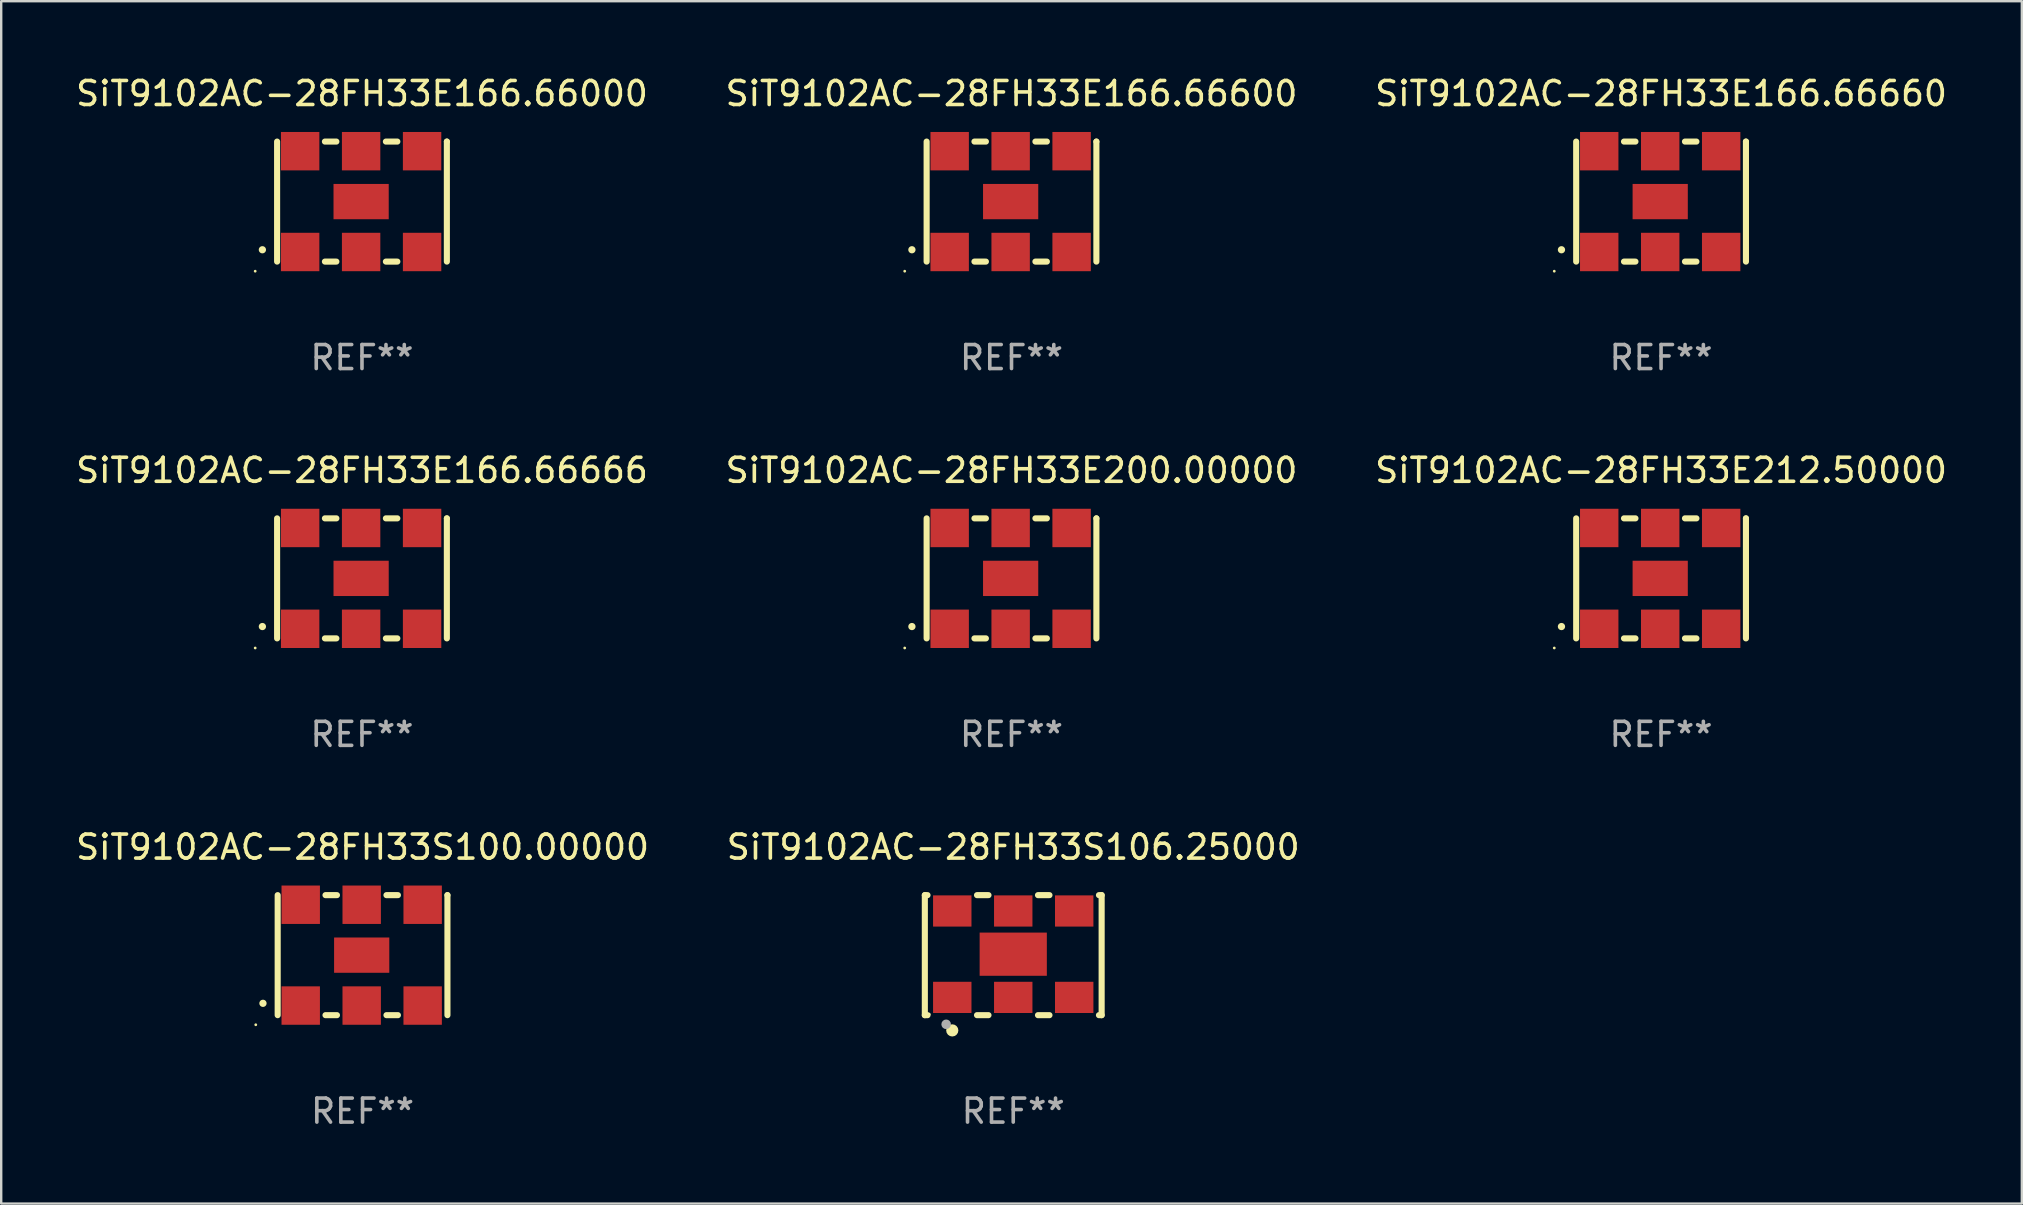
<source format=kicad_pcb>
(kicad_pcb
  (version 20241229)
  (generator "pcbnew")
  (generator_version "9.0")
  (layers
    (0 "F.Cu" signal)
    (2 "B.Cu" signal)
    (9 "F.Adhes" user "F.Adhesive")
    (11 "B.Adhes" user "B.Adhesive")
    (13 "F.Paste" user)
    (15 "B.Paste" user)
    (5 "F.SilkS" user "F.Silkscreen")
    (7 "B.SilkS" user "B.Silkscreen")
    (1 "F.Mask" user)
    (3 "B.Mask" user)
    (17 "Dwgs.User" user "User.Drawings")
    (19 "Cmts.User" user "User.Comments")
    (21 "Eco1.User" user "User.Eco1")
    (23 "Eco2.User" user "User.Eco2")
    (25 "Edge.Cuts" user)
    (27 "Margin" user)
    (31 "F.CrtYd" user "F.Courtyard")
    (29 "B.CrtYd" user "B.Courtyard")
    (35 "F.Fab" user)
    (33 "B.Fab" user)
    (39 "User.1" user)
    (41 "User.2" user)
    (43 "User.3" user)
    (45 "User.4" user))
  (footprint "SiT9102AC-28FH33S106.25000"
    (layer "F.Cu")
    (at 39.161 36.741)
    (property "Reference" "SiT9102AC-28FH33S106.25000" (at 0 -4.5 0) (layer "F.SilkS") (effects (font (size 1 1) (thickness 0.15))))
    (attr through_hole)
    (fp_line (start -3.683 -2.5) (end -3.571 -2.5) (stroke (width 0.254) (type solid)) (layer "F.SilkS"))
    (fp_line (start -3.683 2.5) (end -3.683 -2.5) (stroke (width 0.254) (type solid)) (layer "F.SilkS"))
    (fp_line (start -3.683 2.5) (end -3.571 2.5) (stroke (width 0.254) (type solid)) (layer "F.SilkS"))
    (fp_line (start -1.509 -2.5) (end -1.031 -2.5) (stroke (width 0.254) (type solid)) (layer "F.SilkS"))
    (fp_line (start -1.509 2.5) (end -1.031 2.5) (stroke (width 0.254) (type solid)) (layer "F.SilkS"))
    (fp_line (start 1.031 -2.5) (end 1.509 -2.5) (stroke (width 0.254) (type solid)) (layer "F.SilkS"))
    (fp_line (start 1.031 2.5) (end 1.509 2.5) (stroke (width 0.254) (type solid)) (layer "F.SilkS"))
    (fp_line (start 3.571 -2.5) (end 3.683 -2.5) (stroke (width 0.254) (type solid)) (layer "F.SilkS"))
    (fp_line (start 3.571 2.5) (end 3.683 2.5) (stroke (width 0.254) (type solid)) (layer "F.SilkS"))
    (fp_line (start 3.683 2.5) (end 3.683 -2.5) (stroke (width 0.254) (type solid)) (layer "F.SilkS"))
    (fp_circle (center -3.5 2.46) (end -3.47 2.46) (stroke (width 0.06) (type solid)) (fill no) (layer "F.SilkS"))
    (fp_circle (center -2.54 3.135) (end -2.413 3.135) (stroke (width 0.254) (type solid)) (fill no) (layer "F.SilkS"))
    (fp_circle (center -2.794 2.881) (end -2.694 2.881) (stroke (width 0.2) (type solid)) (fill no) (layer "F.Fab"))
    (fp_text user "REF**" (at 0 6.5 0) (layer "F.Fab") (effects (font (size 1 1) (thickness 0.15))))
    (pad "1" smd rect (at -2.54 1.76) (size 1.6 1.3) (layers "F.Cu" "F.Mask" "F.Paste"))
    (pad "2" smd rect (at 0 1.76) (size 1.6 1.3) (layers "F.Cu" "F.Mask" "F.Paste"))
    (pad "3" smd rect (at 2.54 1.76) (size 1.6 1.3) (layers "F.Cu" "F.Mask" "F.Paste"))
    (pad "4" smd rect (at 2.54 -1.84) (size 1.6 1.3) (layers "F.Cu" "F.Mask" "F.Paste"))
    (pad "5" smd rect (at 0 -1.84) (size 1.6 1.3) (layers "F.Cu" "F.Mask" "F.Paste"))
    (pad "6" smd rect (at -2.54 -1.84) (size 1.6 1.3) (layers "F.Cu" "F.Mask" "F.Paste"))
    (pad "7" smd rect (at 0 -0.04) (size 2.8 1.8) (layers "F.Cu" "F.Mask" "F.Paste")))
  (footprint "SiT9102AC-28FH33E166.66000"
    (layer "F.Cu")
    (at 12.03 5.348)
    (property "Reference" "SiT9102AC-28FH33E166.66000" (at 0 -4.5 0) (layer "F.SilkS") (effects (font (size 1 1) (thickness 0.15))))
    (attr through_hole)
    (fp_line (start -3.536 -2.5) (end -3.536 2.5) (stroke (width 0.254) (type solid)) (layer "F.SilkS"))
    (fp_line (start -1.544 2.5) (end -1.067 2.5) (stroke (width 0.254) (type solid)) (layer "F.SilkS"))
    (fp_line (start -1.067 -2.5) (end -1.544 -2.5) (stroke (width 0.254) (type solid)) (layer "F.SilkS"))
    (fp_line (start 0.996 2.5) (end 1.473 2.5) (stroke (width 0.254) (type solid)) (layer "F.SilkS"))
    (fp_line (start 1.473 -2.5) (end 0.996 -2.5) (stroke (width 0.254) (type solid)) (layer "F.SilkS"))
    (fp_line (start 3.536 -2.5) (end 3.536 -2.5) (stroke (width 0.254) (type solid)) (layer "F.SilkS"))
    (fp_line (start 3.536 2.5) (end 3.536 -2.5) (stroke (width 0.254) (type solid)) (layer "F.SilkS"))
    (fp_arc (start -4.150432 2.006604) (mid -4.149162 2.006599) (end -4.147892 2.006604) (stroke (width 0.3) (type solid)) (layer "F.SilkS"))
    (fp_circle (center -4.449 2.9) (end -4.419 2.9) (stroke (width 0.06) (type solid)) (fill no) (layer "F.SilkS"))
    (fp_text user "REF**" (at 0 6.5 0) (layer "F.Fab") (effects (font (size 1 1) (thickness 0.15))))
    (pad "1" smd rect (at -2.576 2.1) (size 1.6 1.6) (layers "F.Cu" "F.Mask" "F.Paste"))
    (pad "2" smd rect (at -0.036 2.1) (size 1.6 1.6) (layers "F.Cu" "F.Mask" "F.Paste"))
    (pad "3" smd rect (at 2.504 2.1) (size 1.6 1.6) (layers "F.Cu" "F.Mask" "F.Paste"))
    (pad "4" smd rect (at 2.504 -2.1) (size 1.6 1.6) (layers "F.Cu" "F.Mask" "F.Paste"))
    (pad "5" smd rect (at -0.036 -2.1) (size 1.6 1.6) (layers "F.Cu" "F.Mask" "F.Paste"))
    (pad "6" smd rect (at -2.576 -2.1) (size 1.6 1.6) (layers "F.Cu" "F.Mask" "F.Paste"))
    (pad "7" smd rect (at -0.036 0) (size 2.3 1.47) (layers "F.Cu" "F.Mask" "F.Paste")))
  (footprint "SiT9102AC-28FH33E166.66666"
    (layer "F.Cu")
    (at 12.03 21.045)
    (property "Reference" "SiT9102AC-28FH33E166.66666" (at 0 -4.5 0) (layer "F.SilkS") (effects (font (size 1 1) (thickness 0.15))))
    (attr through_hole)
    (fp_line (start -3.536 -2.5) (end -3.536 2.5) (stroke (width 0.254) (type solid)) (layer "F.SilkS"))
    (fp_line (start -1.544 2.5) (end -1.067 2.5) (stroke (width 0.254) (type solid)) (layer "F.SilkS"))
    (fp_line (start -1.067 -2.5) (end -1.544 -2.5) (stroke (width 0.254) (type solid)) (layer "F.SilkS"))
    (fp_line (start 0.996 2.5) (end 1.473 2.5) (stroke (width 0.254) (type solid)) (layer "F.SilkS"))
    (fp_line (start 1.473 -2.5) (end 0.996 -2.5) (stroke (width 0.254) (type solid)) (layer "F.SilkS"))
    (fp_line (start 3.536 -2.5) (end 3.536 -2.5) (stroke (width 0.254) (type solid)) (layer "F.SilkS"))
    (fp_line (start 3.536 2.5) (end 3.536 -2.5) (stroke (width 0.254) (type solid)) (layer "F.SilkS"))
    (fp_arc (start -4.150432 2.006604) (mid -4.149162 2.006599) (end -4.147892 2.006604) (stroke (width 0.3) (type solid)) (layer "F.SilkS"))
    (fp_circle (center -4.449 2.9) (end -4.419 2.9) (stroke (width 0.06) (type solid)) (fill no) (layer "F.SilkS"))
    (fp_text user "REF**" (at 0 6.5 0) (layer "F.Fab") (effects (font (size 1 1) (thickness 0.15))))
    (pad "1" smd rect (at -2.576 2.1) (size 1.6 1.6) (layers "F.Cu" "F.Mask" "F.Paste"))
    (pad "2" smd rect (at -0.036 2.1) (size 1.6 1.6) (layers "F.Cu" "F.Mask" "F.Paste"))
    (pad "3" smd rect (at 2.504 2.1) (size 1.6 1.6) (layers "F.Cu" "F.Mask" "F.Paste"))
    (pad "4" smd rect (at 2.504 -2.1) (size 1.6 1.6) (layers "F.Cu" "F.Mask" "F.Paste"))
    (pad "5" smd rect (at -0.036 -2.1) (size 1.6 1.6) (layers "F.Cu" "F.Mask" "F.Paste"))
    (pad "6" smd rect (at -2.576 -2.1) (size 1.6 1.6) (layers "F.Cu" "F.Mask" "F.Paste"))
    (pad "7" smd rect (at -0.036 0) (size 2.3 1.47) (layers "F.Cu" "F.Mask" "F.Paste")))
  (footprint "SiT9102AC-28FH33E166.66600"
    (layer "F.Cu")
    (at 39.089 5.348)
    (property "Reference" "SiT9102AC-28FH33E166.66600" (at 0 -4.5 0) (layer "F.SilkS") (effects (font (size 1 1) (thickness 0.15))))
    (attr through_hole)
    (fp_line (start -3.536 -2.5) (end -3.536 2.5) (stroke (width 0.254) (type solid)) (layer "F.SilkS"))
    (fp_line (start -1.544 2.5) (end -1.067 2.5) (stroke (width 0.254) (type solid)) (layer "F.SilkS"))
    (fp_line (start -1.067 -2.5) (end -1.544 -2.5) (stroke (width 0.254) (type solid)) (layer "F.SilkS"))
    (fp_line (start 0.996 2.5) (end 1.473 2.5) (stroke (width 0.254) (type solid)) (layer "F.SilkS"))
    (fp_line (start 1.473 -2.5) (end 0.996 -2.5) (stroke (width 0.254) (type solid)) (layer "F.SilkS"))
    (fp_line (start 3.536 -2.5) (end 3.536 -2.5) (stroke (width 0.254) (type solid)) (layer "F.SilkS"))
    (fp_line (start 3.536 2.5) (end 3.536 -2.5) (stroke (width 0.254) (type solid)) (layer "F.SilkS"))
    (fp_arc (start -4.150432 2.006604) (mid -4.149162 2.006599) (end -4.147892 2.006604) (stroke (width 0.3) (type solid)) (layer "F.SilkS"))
    (fp_circle (center -4.449 2.9) (end -4.419 2.9) (stroke (width 0.06) (type solid)) (fill no) (layer "F.SilkS"))
    (fp_text user "REF**" (at 0 6.5 0) (layer "F.Fab") (effects (font (size 1 1) (thickness 0.15))))
    (pad "1" smd rect (at -2.576 2.1) (size 1.6 1.6) (layers "F.Cu" "F.Mask" "F.Paste"))
    (pad "2" smd rect (at -0.036 2.1) (size 1.6 1.6) (layers "F.Cu" "F.Mask" "F.Paste"))
    (pad "3" smd rect (at 2.504 2.1) (size 1.6 1.6) (layers "F.Cu" "F.Mask" "F.Paste"))
    (pad "4" smd rect (at 2.504 -2.1) (size 1.6 1.6) (layers "F.Cu" "F.Mask" "F.Paste"))
    (pad "5" smd rect (at -0.036 -2.1) (size 1.6 1.6) (layers "F.Cu" "F.Mask" "F.Paste"))
    (pad "6" smd rect (at -2.576 -2.1) (size 1.6 1.6) (layers "F.Cu" "F.Mask" "F.Paste"))
    (pad "7" smd rect (at -0.036 0) (size 2.3 1.47) (layers "F.Cu" "F.Mask" "F.Paste")))
  (footprint "SiT9102AC-28FH33S100.00000"
    (layer "F.Cu")
    (at 12.054 36.741)
    (property "Reference" "SiT9102AC-28FH33S100.00000" (at 0 -4.5 0) (layer "F.SilkS") (effects (font (size 1 1) (thickness 0.15))))
    (attr through_hole)
    (fp_line (start -3.536 -2.5) (end -3.536 2.5) (stroke (width 0.254) (type solid)) (layer "F.SilkS"))
    (fp_line (start -1.544 2.5) (end -1.067 2.5) (stroke (width 0.254) (type solid)) (layer "F.SilkS"))
    (fp_line (start -1.067 -2.5) (end -1.544 -2.5) (stroke (width 0.254) (type solid)) (layer "F.SilkS"))
    (fp_line (start 0.996 2.5) (end 1.473 2.5) (stroke (width 0.254) (type solid)) (layer "F.SilkS"))
    (fp_line (start 1.473 -2.5) (end 0.996 -2.5) (stroke (width 0.254) (type solid)) (layer "F.SilkS"))
    (fp_line (start 3.536 -2.5) (end 3.536 -2.5) (stroke (width 0.254) (type solid)) (layer "F.SilkS"))
    (fp_line (start 3.536 2.5) (end 3.536 -2.5) (stroke (width 0.254) (type solid)) (layer "F.SilkS"))
    (fp_arc (start -4.150432 2.006604) (mid -4.149162 2.006599) (end -4.147892 2.006604) (stroke (width 0.3) (type solid)) (layer "F.SilkS"))
    (fp_circle (center -4.449 2.9) (end -4.419 2.9) (stroke (width 0.06) (type solid)) (fill no) (layer "F.SilkS"))
    (fp_text user "REF**" (at 0 6.5 0) (layer "F.Fab") (effects (font (size 1 1) (thickness 0.15))))
    (pad "1" smd rect (at -2.576 2.1) (size 1.6 1.6) (layers "F.Cu" "F.Mask" "F.Paste"))
    (pad "2" smd rect (at -0.036 2.1) (size 1.6 1.6) (layers "F.Cu" "F.Mask" "F.Paste"))
    (pad "3" smd rect (at 2.504 2.1) (size 1.6 1.6) (layers "F.Cu" "F.Mask" "F.Paste"))
    (pad "4" smd rect (at 2.504 -2.1) (size 1.6 1.6) (layers "F.Cu" "F.Mask" "F.Paste"))
    (pad "5" smd rect (at -0.036 -2.1) (size 1.6 1.6) (layers "F.Cu" "F.Mask" "F.Paste"))
    (pad "6" smd rect (at -2.576 -2.1) (size 1.6 1.6) (layers "F.Cu" "F.Mask" "F.Paste"))
    (pad "7" smd rect (at -0.036 0) (size 2.3 1.47) (layers "F.Cu" "F.Mask" "F.Paste")))
  (footprint "SiT9102AC-28FH33E212.50000"
    (layer "F.Cu")
    (at 66.149 21.045)
    (property "Reference" "SiT9102AC-28FH33E212.50000" (at 0 -4.5 0) (layer "F.SilkS") (effects (font (size 1 1) (thickness 0.15))))
    (attr through_hole)
    (fp_line (start -3.536 -2.5) (end -3.536 2.5) (stroke (width 0.254) (type solid)) (layer "F.SilkS"))
    (fp_line (start -1.544 2.5) (end -1.067 2.5) (stroke (width 0.254) (type solid)) (layer "F.SilkS"))
    (fp_line (start -1.067 -2.5) (end -1.544 -2.5) (stroke (width 0.254) (type solid)) (layer "F.SilkS"))
    (fp_line (start 0.996 2.5) (end 1.473 2.5) (stroke (width 0.254) (type solid)) (layer "F.SilkS"))
    (fp_line (start 1.473 -2.5) (end 0.996 -2.5) (stroke (width 0.254) (type solid)) (layer "F.SilkS"))
    (fp_line (start 3.536 -2.5) (end 3.536 -2.5) (stroke (width 0.254) (type solid)) (layer "F.SilkS"))
    (fp_line (start 3.536 2.5) (end 3.536 -2.5) (stroke (width 0.254) (type solid)) (layer "F.SilkS"))
    (fp_arc (start -4.150432 2.006604) (mid -4.149162 2.006599) (end -4.147892 2.006604) (stroke (width 0.3) (type solid)) (layer "F.SilkS"))
    (fp_circle (center -4.449 2.9) (end -4.419 2.9) (stroke (width 0.06) (type solid)) (fill no) (layer "F.SilkS"))
    (fp_text user "REF**" (at 0 6.5 0) (layer "F.Fab") (effects (font (size 1 1) (thickness 0.15))))
    (pad "1" smd rect (at -2.576 2.1) (size 1.6 1.6) (layers "F.Cu" "F.Mask" "F.Paste"))
    (pad "2" smd rect (at -0.036 2.1) (size 1.6 1.6) (layers "F.Cu" "F.Mask" "F.Paste"))
    (pad "3" smd rect (at 2.504 2.1) (size 1.6 1.6) (layers "F.Cu" "F.Mask" "F.Paste"))
    (pad "4" smd rect (at 2.504 -2.1) (size 1.6 1.6) (layers "F.Cu" "F.Mask" "F.Paste"))
    (pad "5" smd rect (at -0.036 -2.1) (size 1.6 1.6) (layers "F.Cu" "F.Mask" "F.Paste"))
    (pad "6" smd rect (at -2.576 -2.1) (size 1.6 1.6) (layers "F.Cu" "F.Mask" "F.Paste"))
    (pad "7" smd rect (at -0.036 0) (size 2.3 1.47) (layers "F.Cu" "F.Mask" "F.Paste")))
  (footprint "SiT9102AC-28FH33E166.66660"
    (layer "F.Cu")
    (at 66.149 5.348)
    (property "Reference" "SiT9102AC-28FH33E166.66660" (at 0 -4.5 0) (layer "F.SilkS") (effects (font (size 1 1) (thickness 0.15))))
    (attr through_hole)
    (fp_line (start -3.536 -2.5) (end -3.536 2.5) (stroke (width 0.254) (type solid)) (layer "F.SilkS"))
    (fp_line (start -1.544 2.5) (end -1.067 2.5) (stroke (width 0.254) (type solid)) (layer "F.SilkS"))
    (fp_line (start -1.067 -2.5) (end -1.544 -2.5) (stroke (width 0.254) (type solid)) (layer "F.SilkS"))
    (fp_line (start 0.996 2.5) (end 1.473 2.5) (stroke (width 0.254) (type solid)) (layer "F.SilkS"))
    (fp_line (start 1.473 -2.5) (end 0.996 -2.5) (stroke (width 0.254) (type solid)) (layer "F.SilkS"))
    (fp_line (start 3.536 -2.5) (end 3.536 -2.5) (stroke (width 0.254) (type solid)) (layer "F.SilkS"))
    (fp_line (start 3.536 2.5) (end 3.536 -2.5) (stroke (width 0.254) (type solid)) (layer "F.SilkS"))
    (fp_arc (start -4.150432 2.006604) (mid -4.149162 2.006599) (end -4.147892 2.006604) (stroke (width 0.3) (type solid)) (layer "F.SilkS"))
    (fp_circle (center -4.449 2.9) (end -4.419 2.9) (stroke (width 0.06) (type solid)) (fill no) (layer "F.SilkS"))
    (fp_text user "REF**" (at 0 6.5 0) (layer "F.Fab") (effects (font (size 1 1) (thickness 0.15))))
    (pad "1" smd rect (at -2.576 2.1) (size 1.6 1.6) (layers "F.Cu" "F.Mask" "F.Paste"))
    (pad "2" smd rect (at -0.036 2.1) (size 1.6 1.6) (layers "F.Cu" "F.Mask" "F.Paste"))
    (pad "3" smd rect (at 2.504 2.1) (size 1.6 1.6) (layers "F.Cu" "F.Mask" "F.Paste"))
    (pad "4" smd rect (at 2.504 -2.1) (size 1.6 1.6) (layers "F.Cu" "F.Mask" "F.Paste"))
    (pad "5" smd rect (at -0.036 -2.1) (size 1.6 1.6) (layers "F.Cu" "F.Mask" "F.Paste"))
    (pad "6" smd rect (at -2.576 -2.1) (size 1.6 1.6) (layers "F.Cu" "F.Mask" "F.Paste"))
    (pad "7" smd rect (at -0.036 0) (size 2.3 1.47) (layers "F.Cu" "F.Mask" "F.Paste")))
  (footprint "SiT9102AC-28FH33E200.00000"
    (layer "F.Cu")
    (at 39.089 21.045)
    (property "Reference" "SiT9102AC-28FH33E200.00000" (at 0 -4.5 0) (layer "F.SilkS") (effects (font (size 1 1) (thickness 0.15))))
    (attr through_hole)
    (fp_line (start -3.536 -2.5) (end -3.536 2.5) (stroke (width 0.254) (type solid)) (layer "F.SilkS"))
    (fp_line (start -1.544 2.5) (end -1.067 2.5) (stroke (width 0.254) (type solid)) (layer "F.SilkS"))
    (fp_line (start -1.067 -2.5) (end -1.544 -2.5) (stroke (width 0.254) (type solid)) (layer "F.SilkS"))
    (fp_line (start 0.996 2.5) (end 1.473 2.5) (stroke (width 0.254) (type solid)) (layer "F.SilkS"))
    (fp_line (start 1.473 -2.5) (end 0.996 -2.5) (stroke (width 0.254) (type solid)) (layer "F.SilkS"))
    (fp_line (start 3.536 -2.5) (end 3.536 -2.5) (stroke (width 0.254) (type solid)) (layer "F.SilkS"))
    (fp_line (start 3.536 2.5) (end 3.536 -2.5) (stroke (width 0.254) (type solid)) (layer "F.SilkS"))
    (fp_arc (start -4.150432 2.006604) (mid -4.149162 2.006599) (end -4.147892 2.006604) (stroke (width 0.3) (type solid)) (layer "F.SilkS"))
    (fp_circle (center -4.449 2.9) (end -4.419 2.9) (stroke (width 0.06) (type solid)) (fill no) (layer "F.SilkS"))
    (fp_text user "REF**" (at 0 6.5 0) (layer "F.Fab") (effects (font (size 1 1) (thickness 0.15))))
    (pad "1" smd rect (at -2.576 2.1) (size 1.6 1.6) (layers "F.Cu" "F.Mask" "F.Paste"))
    (pad "2" smd rect (at -0.036 2.1) (size 1.6 1.6) (layers "F.Cu" "F.Mask" "F.Paste"))
    (pad "3" smd rect (at 2.504 2.1) (size 1.6 1.6) (layers "F.Cu" "F.Mask" "F.Paste"))
    (pad "4" smd rect (at 2.504 -2.1) (size 1.6 1.6) (layers "F.Cu" "F.Mask" "F.Paste"))
    (pad "5" smd rect (at -0.036 -2.1) (size 1.6 1.6) (layers "F.Cu" "F.Mask" "F.Paste"))
    (pad "6" smd rect (at -2.576 -2.1) (size 1.6 1.6) (layers "F.Cu" "F.Mask" "F.Paste"))
    (pad "7" smd rect (at -0.036 0) (size 2.3 1.47) (layers "F.Cu" "F.Mask" "F.Paste")))
  (gr_rect
    (start -3 -3)
    (end 81.179 47.09)
    (stroke (width 0.1) (type default))
    (fill no)
    (layer "Edge.Cuts")))
</source>
